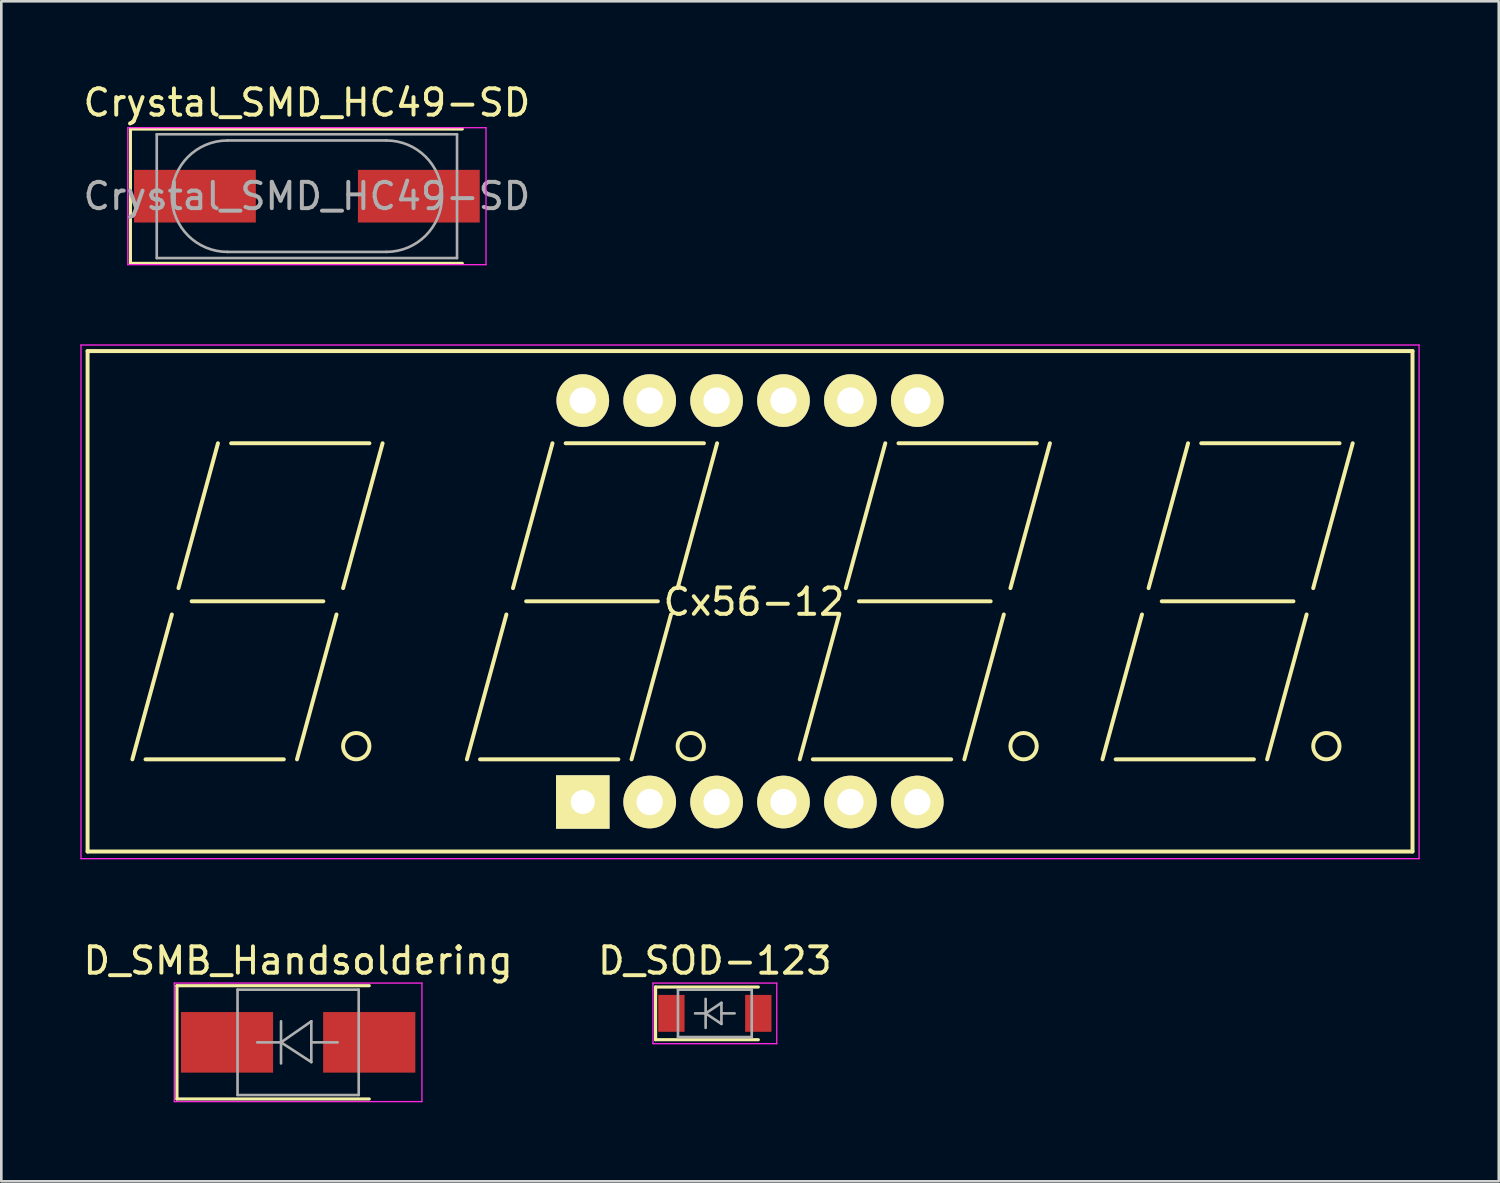
<source format=kicad_pcb>
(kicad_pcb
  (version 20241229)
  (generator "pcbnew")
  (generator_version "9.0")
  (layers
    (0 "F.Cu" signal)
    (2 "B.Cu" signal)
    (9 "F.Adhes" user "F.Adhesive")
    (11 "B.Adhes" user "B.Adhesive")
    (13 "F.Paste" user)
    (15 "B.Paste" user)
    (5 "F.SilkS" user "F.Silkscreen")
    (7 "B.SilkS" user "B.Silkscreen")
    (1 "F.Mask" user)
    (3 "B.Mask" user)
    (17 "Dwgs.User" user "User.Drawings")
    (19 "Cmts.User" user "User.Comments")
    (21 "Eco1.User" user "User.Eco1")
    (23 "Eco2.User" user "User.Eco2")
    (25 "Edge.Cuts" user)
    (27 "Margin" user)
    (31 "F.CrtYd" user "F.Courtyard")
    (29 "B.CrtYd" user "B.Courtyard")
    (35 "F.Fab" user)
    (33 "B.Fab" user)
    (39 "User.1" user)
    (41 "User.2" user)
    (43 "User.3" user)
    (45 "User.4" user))
  (footprint "Cx56-12"
    (layer "F.Cu")
    (at 25.375 19.598)
    (property "Reference" "Cx56-12" (at 0.2 0.2 0) (layer "F.SilkS") (effects (font (size 1 1) (thickness 0.15))))
    (attr through_hole)
    (fp_line (start -25.1 -9.32) (end 25.2 -9.32) (stroke (width 0.15) (type solid)) (layer "F.SilkS"))
    (fp_line (start -25.1 9.68) (end -25.1 -9.32) (stroke (width 0.15) (type solid)) (layer "F.SilkS"))
    (fp_line (start -23.4 6.18) (end -21.9 0.68) (stroke (width 0.15) (type solid)) (layer "F.SilkS"))
    (fp_line (start -22.9 6.18) (end -17.65 6.18) (stroke (width 0.15) (type solid)) (layer "F.SilkS"))
    (fp_line (start -21.65 -0.32) (end -20.15 -5.82) (stroke (width 0.15) (type solid)) (layer "F.SilkS"))
    (fp_line (start -21.15 0.18) (end -16.15 0.18) (stroke (width 0.15) (type solid)) (layer "F.SilkS"))
    (fp_line (start -19.65 -5.82) (end -14.4 -5.82) (stroke (width 0.15) (type solid)) (layer "F.SilkS"))
    (fp_line (start -17.15 6.18) (end -15.65 0.68) (stroke (width 0.15) (type solid)) (layer "F.SilkS"))
    (fp_line (start -15.4 -0.32) (end -13.9 -5.82) (stroke (width 0.15) (type solid)) (layer "F.SilkS"))
    (fp_line (start -10.7 6.18) (end -9.2 0.68) (stroke (width 0.15) (type solid)) (layer "F.SilkS"))
    (fp_line (start -10.2 6.18) (end -4.95 6.18) (stroke (width 0.15) (type solid)) (layer "F.SilkS"))
    (fp_line (start -8.95 -0.32) (end -7.45 -5.82) (stroke (width 0.15) (type solid)) (layer "F.SilkS"))
    (fp_line (start -8.45 0.18) (end -3.45 0.18) (stroke (width 0.15) (type solid)) (layer "F.SilkS"))
    (fp_line (start -6.95 -5.82) (end -1.7 -5.82) (stroke (width 0.15) (type solid)) (layer "F.SilkS"))
    (fp_line (start -4.45 6.18) (end -2.95 0.68) (stroke (width 0.15) (type solid)) (layer "F.SilkS"))
    (fp_line (start -2.7 -0.32) (end -1.2 -5.82) (stroke (width 0.15) (type solid)) (layer "F.SilkS"))
    (fp_line (start 1.935 6.18) (end 3.435 0.68) (stroke (width 0.15) (type solid)) (layer "F.SilkS"))
    (fp_line (start 2.435 6.18) (end 7.685 6.18) (stroke (width 0.15) (type solid)) (layer "F.SilkS"))
    (fp_line (start 3.685 -0.32) (end 5.185 -5.82) (stroke (width 0.15) (type solid)) (layer "F.SilkS"))
    (fp_line (start 4.185 0.18) (end 9.185 0.18) (stroke (width 0.15) (type solid)) (layer "F.SilkS"))
    (fp_line (start 5.685 -5.82) (end 10.935 -5.82) (stroke (width 0.15) (type solid)) (layer "F.SilkS"))
    (fp_line (start 8.185 6.18) (end 9.685 0.68) (stroke (width 0.15) (type solid)) (layer "F.SilkS"))
    (fp_line (start 9.935 -0.32) (end 11.435 -5.82) (stroke (width 0.15) (type solid)) (layer "F.SilkS"))
    (fp_line (start 13.43 6.18) (end 14.93 0.68) (stroke (width 0.15) (type solid)) (layer "F.SilkS"))
    (fp_line (start 13.93 6.18) (end 19.18 6.18) (stroke (width 0.15) (type solid)) (layer "F.SilkS"))
    (fp_line (start 15.18 -0.32) (end 16.68 -5.82) (stroke (width 0.15) (type solid)) (layer "F.SilkS"))
    (fp_line (start 15.68 0.18) (end 20.68 0.18) (stroke (width 0.15) (type solid)) (layer "F.SilkS"))
    (fp_line (start 17.18 -5.82) (end 22.43 -5.82) (stroke (width 0.15) (type solid)) (layer "F.SilkS"))
    (fp_line (start 19.68 6.18) (end 21.18 0.68) (stroke (width 0.15) (type solid)) (layer "F.SilkS"))
    (fp_line (start 21.43 -0.32) (end 22.93 -5.82) (stroke (width 0.15) (type solid)) (layer "F.SilkS"))
    (fp_line (start 25.2 -9.32) (end 25.2 9.68) (stroke (width 0.15) (type solid)) (layer "F.SilkS"))
    (fp_line (start 25.2 9.68) (end -25.1 9.68) (stroke (width 0.15) (type solid)) (layer "F.SilkS"))
    (fp_circle (center -14.9 5.68) (end -14.9 6.18) (stroke (width 0.15) (type solid)) (fill no) (layer "F.SilkS"))
    (fp_circle (center -2.2 5.68) (end -2.2 6.18) (stroke (width 0.15) (type solid)) (fill no) (layer "F.SilkS"))
    (fp_circle (center 10.435 5.68) (end 10.435 6.18) (stroke (width 0.15) (type solid)) (fill no) (layer "F.SilkS"))
    (fp_circle (center 21.93 5.68) (end 21.93 6.18) (stroke (width 0.15) (type solid)) (fill no) (layer "F.SilkS"))
    (fp_line (start -25.35 -9.55) (end 25.45 -9.55) (stroke (width 0.05) (type solid)) (layer "F.CrtYd"))
    (fp_line (start -25.35 9.95) (end -25.35 -9.55) (stroke (width 0.05) (type solid)) (layer "F.CrtYd"))
    (fp_line (start 25.45 -9.55) (end 25.45 9.95) (stroke (width 0.05) (type solid)) (layer "F.CrtYd"))
    (fp_line (start 25.45 9.95) (end -25.35 9.95) (stroke (width 0.05) (type solid)) (layer "F.CrtYd"))
    (pad "1" thru_hole rect (at -6.3 7.8) (size 2.032 2.032) (drill 0.914) (layers "*.Cu" "*.Mask" "F.SilkS"))
    (pad "2" thru_hole circle (at -3.76 7.8) (size 2 2) (drill 1) (layers "*.Cu" "*.Mask" "F.SilkS"))
    (pad "3" thru_hole circle (at -1.22 7.8) (size 2 2) (drill 1) (layers "*.Cu" "*.Mask" "F.SilkS"))
    (pad "4" thru_hole circle (at 1.32 7.8) (size 2 2) (drill 1) (layers "*.Cu" "*.Mask" "F.SilkS"))
    (pad "5" thru_hole circle (at 3.86 7.8) (size 2 2) (drill 1) (layers "*.Cu" "*.Mask" "F.SilkS"))
    (pad "6" thru_hole circle (at 6.4 7.8) (size 2 2) (drill 1) (layers "*.Cu" "*.Mask" "F.SilkS"))
    (pad "7" thru_hole circle (at 6.4 -7.44) (size 2 2) (drill 1) (layers "*.Cu" "*.Mask" "F.SilkS"))
    (pad "8" thru_hole circle (at 3.86 -7.44) (size 2 2) (drill 1) (layers "*.Cu" "*.Mask" "F.SilkS"))
    (pad "9" thru_hole circle (at 1.32 -7.44) (size 2 2) (drill 1) (layers "*.Cu" "*.Mask" "F.SilkS"))
    (pad "10" thru_hole circle (at -1.22 -7.44) (size 2 2) (drill 1) (layers "*.Cu" "*.Mask" "F.SilkS"))
    (pad "11" thru_hole circle (at -3.76 -7.44) (size 2 2) (drill 1) (layers "*.Cu" "*.Mask" "F.SilkS"))
    (pad "12" thru_hole circle (at -6.3 -7.44) (size 2 2) (drill 1) (layers "*.Cu" "*.Mask" "F.SilkS")))
  (footprint "D_SMB_Handsoldering"
    (layer "F.Cu")
    (at 8.268 36.522)
    (property "Reference" "D_SMB_Handsoldering" (at 0 -3.1 0) (layer "F.SilkS") (effects (font (size 1 1) (thickness 0.15))))
    (attr smd)
    (fp_line (start -4.6 -2.15) (end -4.6 2.15) (stroke (width 0.12) (type solid)) (layer "F.SilkS"))
    (fp_line (start -4.6 -2.15) (end 2.7 -2.15) (stroke (width 0.12) (type solid)) (layer "F.SilkS"))
    (fp_line (start -4.6 2.15) (end 2.7 2.15) (stroke (width 0.12) (type solid)) (layer "F.SilkS"))
    (fp_line (start -4.7 -2.25) (end 4.7 -2.25) (stroke (width 0.05) (type solid)) (layer "F.CrtYd"))
    (fp_line (start -4.7 2.25) (end -4.7 -2.25) (stroke (width 0.05) (type solid)) (layer "F.CrtYd"))
    (fp_line (start 4.7 -2.25) (end 4.7 2.25) (stroke (width 0.05) (type solid)) (layer "F.CrtYd"))
    (fp_line (start 4.7 2.25) (end -4.7 2.25) (stroke (width 0.05) (type solid)) (layer "F.CrtYd"))
    (fp_line (start -2.3 2) (end -2.3 -2) (stroke (width 0.1) (type solid)) (layer "F.Fab"))
    (fp_line (start -0.649 -0.799) (end -0.649 0.801) (stroke (width 0.1) (type solid)) (layer "F.Fab"))
    (fp_line (start -0.649 0.001) (end -1.551 0.001) (stroke (width 0.1) (type solid)) (layer "F.Fab"))
    (fp_line (start -0.649 0.001) (end 0.501 -0.799) (stroke (width 0.1) (type solid)) (layer "F.Fab"))
    (fp_line (start -0.649 0.001) (end 0.501 0.75) (stroke (width 0.1) (type solid)) (layer "F.Fab"))
    (fp_line (start 0.501 0.001) (end 1.499 0.001) (stroke (width 0.1) (type solid)) (layer "F.Fab"))
    (fp_line (start 0.501 0.75) (end 0.501 -0.799) (stroke (width 0.1) (type solid)) (layer "F.Fab"))
    (fp_line (start 2.3 -2) (end -2.3 -2) (stroke (width 0.1) (type solid)) (layer "F.Fab"))
    (fp_line (start 2.3 -2) (end 2.3 2) (stroke (width 0.1) (type solid)) (layer "F.Fab"))
    (fp_line (start 2.3 2) (end -2.3 2) (stroke (width 0.1) (type solid)) (layer "F.Fab"))
    (pad "1" smd rect (at -2.7 0) (size 3.5 2.3) (layers "F.Cu" "F.Mask" "F.Paste"))
    (pad "2" smd rect (at 2.7 0) (size 3.5 2.3) (layers "F.Cu" "F.Mask" "F.Paste")))
  (footprint "Crystal_SMD_HC49-SD"
    (layer "F.Cu")
    (at 8.601 4.398)
    (property "Reference" "Crystal_SMD_HC49-SD" (at 0 -3.55 0) (layer "F.SilkS") (effects (font (size 1 1) (thickness 0.15))))
    (attr smd)
    (fp_line (start -6.7 -2.55) (end -6.7 2.55) (stroke (width 0.12) (type solid)) (layer "F.SilkS"))
    (fp_line (start -6.7 2.55) (end 5.9 2.55) (stroke (width 0.12) (type solid)) (layer "F.SilkS"))
    (fp_line (start 5.9 -2.55) (end -6.7 -2.55) (stroke (width 0.12) (type solid)) (layer "F.SilkS"))
    (fp_line (start -6.8 -2.6) (end -6.8 2.6) (stroke (width 0.05) (type solid)) (layer "F.CrtYd"))
    (fp_line (start -6.8 2.6) (end 6.8 2.6) (stroke (width 0.05) (type solid)) (layer "F.CrtYd"))
    (fp_line (start 6.8 -2.6) (end -6.8 -2.6) (stroke (width 0.05) (type solid)) (layer "F.CrtYd"))
    (fp_line (start 6.8 2.6) (end 6.8 -2.6) (stroke (width 0.05) (type solid)) (layer "F.CrtYd"))
    (fp_line (start -5.7 -2.35) (end -5.7 2.35) (stroke (width 0.1) (type solid)) (layer "F.Fab"))
    (fp_line (start -5.7 2.35) (end 5.7 2.35) (stroke (width 0.1) (type solid)) (layer "F.Fab"))
    (fp_line (start -3.015 -2.115) (end 3.015 -2.115) (stroke (width 0.1) (type solid)) (layer "F.Fab"))
    (fp_line (start -3.015 2.115) (end 3.015 2.115) (stroke (width 0.1) (type solid)) (layer "F.Fab"))
    (fp_line (start 5.7 -2.35) (end -5.7 -2.35) (stroke (width 0.1) (type solid)) (layer "F.Fab"))
    (fp_line (start 5.7 2.35) (end 5.7 -2.35) (stroke (width 0.1) (type solid)) (layer "F.Fab"))
    (fp_arc (start -3.015 2.115) (mid -5.13 0) (end -3.015 -2.115) (stroke (width 0.1) (type solid)) (layer "F.Fab"))
    (fp_arc (start 3.015 -2.115) (mid 5.13 0) (end 3.015 2.115) (stroke (width 0.1) (type solid)) (layer "F.Fab"))
    (fp_text user "${REFERENCE}" (at 0 0 0) (layer "F.Fab") (effects (font (size 1 1) (thickness 0.15))))
    (pad "1" smd rect (at -4.25 0) (size 4.624 2) (layers "F.Cu" "F.Mask" "F.Paste"))
    (pad "2" smd rect (at 4.25 0) (size 4.624 2) (layers "F.Cu" "F.Mask" "F.Paste")))
  (footprint "D_SOD-123"
    (layer "F.Cu")
    (at 24.089 35.422)
    (property "Reference" "D_SOD-123" (at 0 -2 0) (layer "F.SilkS") (effects (font (size 1 1) (thickness 0.15))))
    (attr smd)
    (fp_line (start -2.25 -1) (end -2.25 1) (stroke (width 0.12) (type solid)) (layer "F.SilkS"))
    (fp_line (start -2.25 -1) (end 1.65 -1) (stroke (width 0.12) (type solid)) (layer "F.SilkS"))
    (fp_line (start -2.25 1) (end 1.65 1) (stroke (width 0.12) (type solid)) (layer "F.SilkS"))
    (fp_line (start -2.35 -1.15) (end -2.35 1.15) (stroke (width 0.05) (type solid)) (layer "F.CrtYd"))
    (fp_line (start -2.35 -1.15) (end 2.35 -1.15) (stroke (width 0.05) (type solid)) (layer "F.CrtYd"))
    (fp_line (start 2.35 -1.15) (end 2.35 1.15) (stroke (width 0.05) (type solid)) (layer "F.CrtYd"))
    (fp_line (start 2.35 1.15) (end -2.35 1.15) (stroke (width 0.05) (type solid)) (layer "F.CrtYd"))
    (fp_line (start -1.4 -0.9) (end 1.4 -0.9) (stroke (width 0.1) (type solid)) (layer "F.Fab"))
    (fp_line (start -1.4 0.9) (end -1.4 -0.9) (stroke (width 0.1) (type solid)) (layer "F.Fab"))
    (fp_line (start -0.75 0) (end -0.35 0) (stroke (width 0.1) (type solid)) (layer "F.Fab"))
    (fp_line (start -0.35 0) (end -0.35 -0.55) (stroke (width 0.1) (type solid)) (layer "F.Fab"))
    (fp_line (start -0.35 0) (end -0.35 0.55) (stroke (width 0.1) (type solid)) (layer "F.Fab"))
    (fp_line (start -0.35 0) (end 0.25 -0.4) (stroke (width 0.1) (type solid)) (layer "F.Fab"))
    (fp_line (start 0.25 -0.4) (end 0.25 0.4) (stroke (width 0.1) (type solid)) (layer "F.Fab"))
    (fp_line (start 0.25 0) (end 0.75 0) (stroke (width 0.1) (type solid)) (layer "F.Fab"))
    (fp_line (start 0.25 0.4) (end -0.35 0) (stroke (width 0.1) (type solid)) (layer "F.Fab"))
    (fp_line (start 1.4 -0.9) (end 1.4 0.9) (stroke (width 0.1) (type solid)) (layer "F.Fab"))
    (fp_line (start 1.4 0.9) (end -1.4 0.9) (stroke (width 0.1) (type solid)) (layer "F.Fab"))
    (pad "1" smd rect (at -1.65 0) (size 1 1.4) (layers "F.Cu" "F.Mask" "F.Paste"))
    (pad "2" smd rect (at 1.65 0) (size 1 1.4) (layers "F.Cu" "F.Mask" "F.Paste")))
  (gr_rect
    (start -3 -3)
    (end 53.85 41.797)
    (stroke (width 0.1) (type default))
    (fill no)
    (layer "Edge.Cuts")))
</source>
